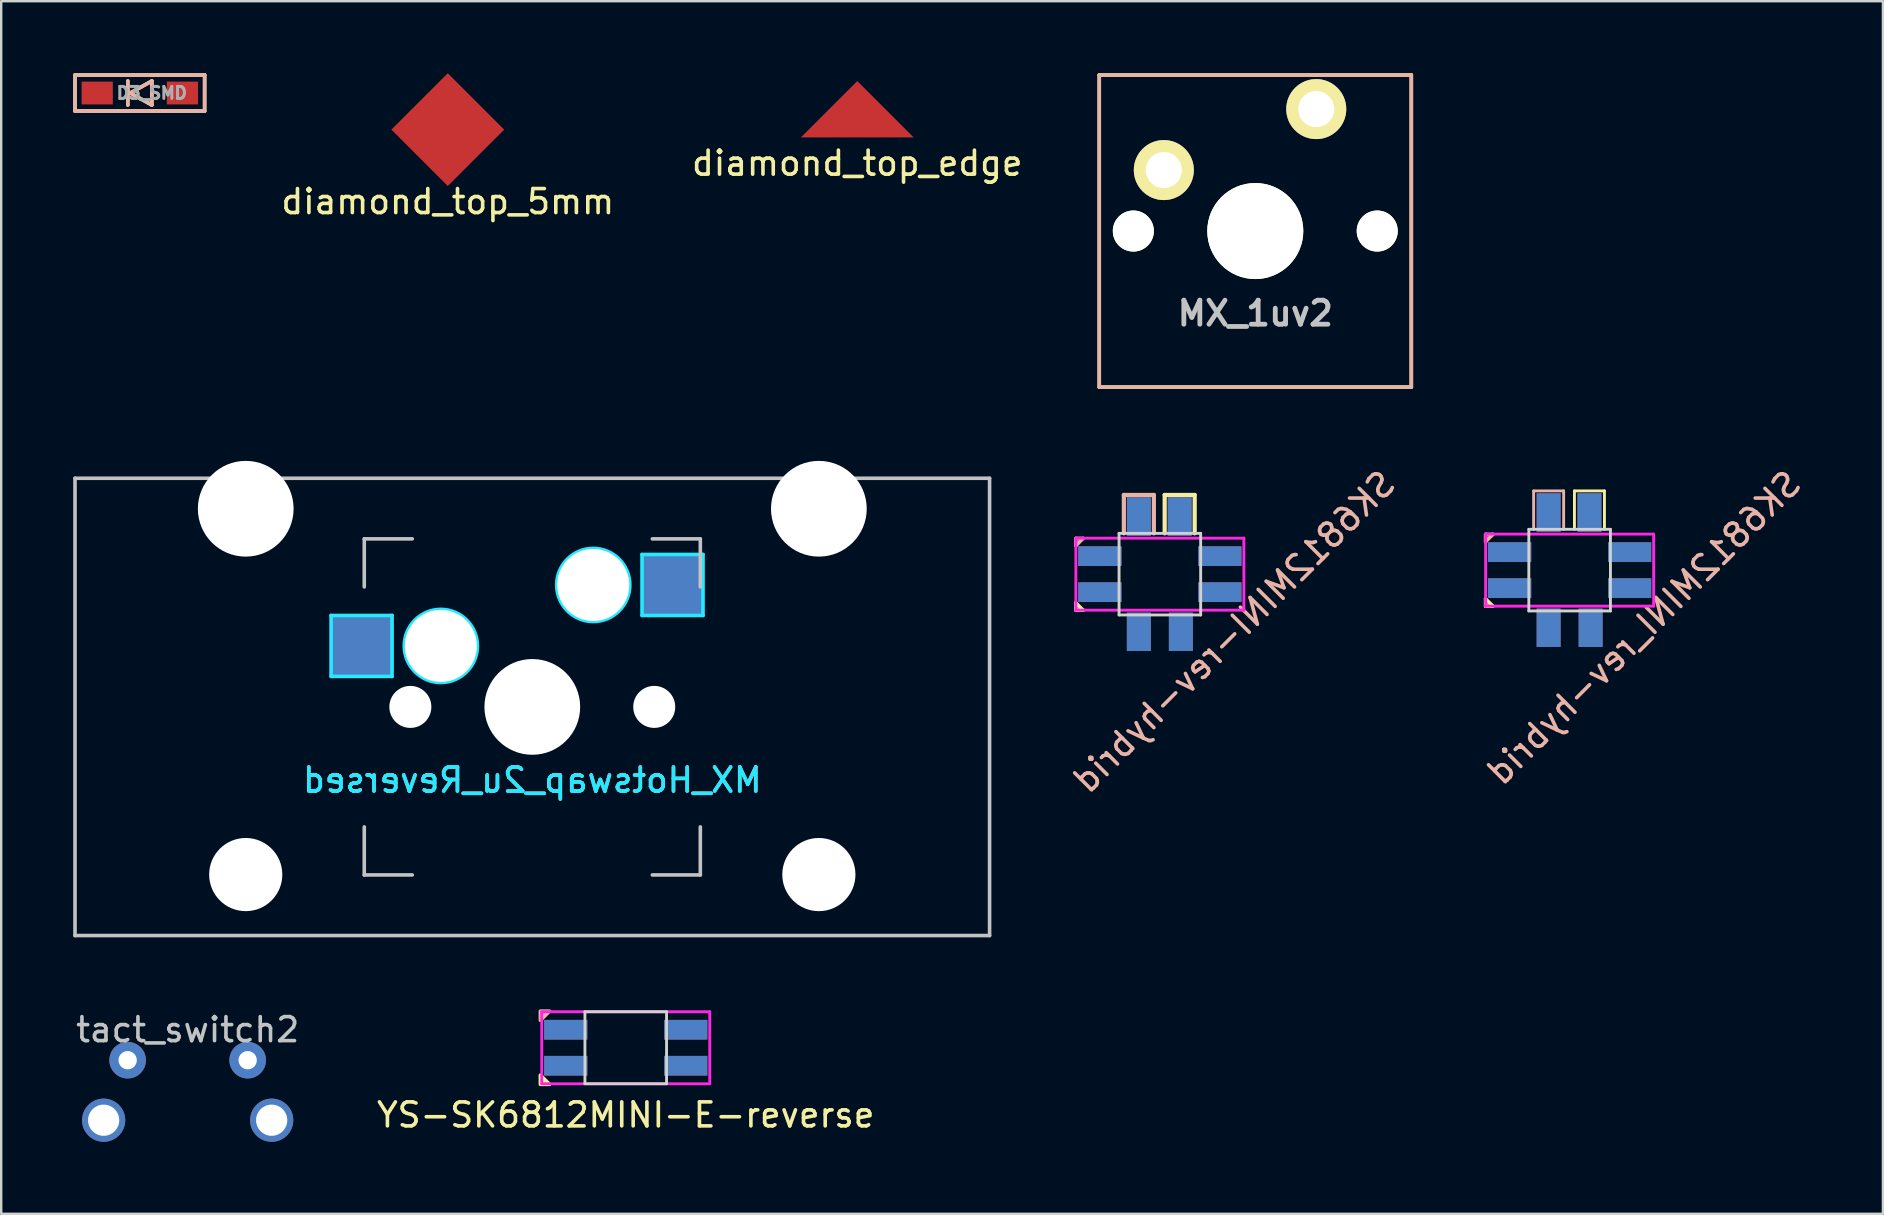
<source format=kicad_pcb>
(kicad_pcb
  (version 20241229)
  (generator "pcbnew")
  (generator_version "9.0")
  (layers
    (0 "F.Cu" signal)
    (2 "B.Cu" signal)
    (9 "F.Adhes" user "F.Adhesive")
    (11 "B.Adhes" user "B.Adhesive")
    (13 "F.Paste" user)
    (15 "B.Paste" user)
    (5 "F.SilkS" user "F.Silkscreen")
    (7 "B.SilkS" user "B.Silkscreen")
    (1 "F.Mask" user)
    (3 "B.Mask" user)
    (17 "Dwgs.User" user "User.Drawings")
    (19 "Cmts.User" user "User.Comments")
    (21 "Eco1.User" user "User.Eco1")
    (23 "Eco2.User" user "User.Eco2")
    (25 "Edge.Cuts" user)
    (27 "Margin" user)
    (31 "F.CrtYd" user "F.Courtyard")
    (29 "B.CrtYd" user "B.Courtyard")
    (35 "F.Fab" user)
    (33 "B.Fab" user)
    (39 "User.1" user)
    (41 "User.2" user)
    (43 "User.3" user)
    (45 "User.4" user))
  (footprint "SK6812MINI_rev-hybrid"
    (layer "F.Cu")
    (at 62.34 20.701)
    (property "Reference" "SK6812MINI_rev-hybrid" (at 3.1 2.4 45) (layer "B.SilkS") (effects (font (size 1 1) (thickness 0.15)) (justify mirror)))
    (attr through_hole)
    (fp_line (start -3.5 1.2) (end -3.2 1.5) (stroke (width 0.15) (type solid)) (layer "F.SilkS"))
    (fp_line (start -3.5 1.5) (end -3.5 1.2) (stroke (width 0.15) (type solid)) (layer "F.SilkS"))
    (fp_line (start -3.2 1.5) (end -3.5 1.5) (stroke (width 0.15) (type solid)) (layer "F.SilkS"))
    (fp_line (start 0.2 -3.3) (end 1.45 -3.3) (stroke (width 0.12) (type solid)) (layer "F.SilkS"))
    (fp_line (start 0.2 -1.7) (end 0.2 -3.3) (stroke (width 0.12) (type solid)) (layer "F.SilkS"))
    (fp_line (start 1.45 -3.3) (end 1.45 -1.7) (stroke (width 0.12) (type solid)) (layer "F.SilkS"))
    (fp_line (start -3.5 -1.489) (end -3.5 -1.189) (stroke (width 0.15) (type solid)) (layer "B.SilkS"))
    (fp_line (start -3.5 -1.189) (end -3.2 -1.489) (stroke (width 0.15) (type solid)) (layer "B.SilkS"))
    (fp_line (start -3.2 -1.489) (end -3.5 -1.489) (stroke (width 0.15) (type solid)) (layer "B.SilkS"))
    (fp_line (start -1.5 -3.3) (end -1.5 -1.7) (stroke (width 0.12) (type solid)) (layer "B.SilkS"))
    (fp_line (start -0.25 -3.3) (end -1.5 -3.3) (stroke (width 0.12) (type solid)) (layer "B.SilkS"))
    (fp_line (start -0.25 -1.7) (end -0.25 -3.3) (stroke (width 0.12) (type solid)) (layer "B.SilkS"))
    (fp_line (start -1.7 -1.7) (end -1.7 1.7) (stroke (width 0.12) (type solid)) (layer "Edge.Cuts"))
    (fp_line (start -1.7 1.7) (end 1.7 1.7) (stroke (width 0.12) (type solid)) (layer "Edge.Cuts"))
    (fp_line (start 1.7 -1.7) (end -1.7 -1.7) (stroke (width 0.12) (type solid)) (layer "Edge.Cuts"))
    (fp_line (start 1.7 1.7) (end 1.7 -1.7) (stroke (width 0.12) (type solid)) (layer "Edge.Cuts"))
    (fp_line (start -3.5 -1.5) (end -3.5 1.5) (stroke (width 0.12) (type solid)) (layer "F.CrtYd"))
    (fp_line (start -3.5 1.5) (end 3.5 1.5) (stroke (width 0.12) (type solid)) (layer "F.CrtYd"))
    (fp_line (start 3.5 -1.5) (end -3.5 -1.5) (stroke (width 0.12) (type solid)) (layer "F.CrtYd"))
    (fp_line (start 3.5 1.5) (end 3.5 -1.5) (stroke (width 0.12) (type solid)) (layer "F.CrtYd"))
    (pad "1" smd rect (at -0.875 -2.4) (size 1 1.6) (layers "F.Cu" "F.Mask" "F.Paste"))
    (pad "1" smd rect (at 0.825 -2.4) (size 1 1.6) (layers "B.Cu" "B.Mask" "B.Paste"))
    (pad "1" smd rect (at 2.5 -0.75) (size 1.8 0.82) (layers "B.Cu" "B.Mask" "B.Paste"))
    (pad "1" smd rect (at 2.5 0.75) (size 1.8 0.82) (layers "F.Cu" "F.Mask" "F.Paste"))
    (pad "2" smd rect (at -2.5 -0.75) (size 1.8 0.82) (layers "B.Cu" "B.Mask" "B.Paste"))
    (pad "2" smd rect (at -2.5 0.75) (size 1.8 0.82) (layers "F.Cu" "F.Mask" "F.Paste"))
    (pad "2" smd rect (at -0.875 -2.4) (size 1 1.6) (layers "B.Cu" "B.Mask" "B.Paste"))
    (pad "2" smd rect (at 0.825 -2.4) (size 1 1.6) (layers "F.Cu" "F.Mask" "F.Paste"))
    (pad "3" smd rect (at -2.5 -0.75) (size 1.8 0.82) (layers "F.Cu" "F.Mask" "F.Paste"))
    (pad "3" smd rect (at -2.5 0.75) (size 1.8 0.82) (layers "B.Cu" "B.Mask" "B.Paste"))
    (pad "3" smd rect (at -0.875 2.4) (size 1 1.6) (layers "B.Cu" "B.Mask" "B.Paste"))
    (pad "3" smd rect (at 0.875 2.4) (size 1 1.6) (layers "F.Cu" "F.Mask" "F.Paste"))
    (pad "4" smd rect (at -0.875 2.4) (size 1 1.6) (layers "F.Cu" "F.Mask" "F.Paste"))
    (pad "4" smd rect (at 0.875 2.4) (size 1 1.6) (layers "B.Cu" "B.Mask" "B.Paste"))
    (pad "4" smd rect (at 2.5 -0.75) (size 1.8 0.82) (layers "F.Cu" "F.Mask" "F.Paste"))
    (pad "4" smd rect (at 2.5 0.75) (size 1.8 0.82) (layers "B.Cu" "B.Mask" "B.Paste")))
  (footprint "diamond_top_5mm"
    (layer "F.Cu")
    (at 15.604 2.35)
    (property "Reference" "diamond_top_5mm" (at 0 3 0) (layer "F.SilkS") (effects (font (size 1 1) (thickness 0.15))))
    (attr through_hole)
    (pad "1" smd rect (at 0 0 45) (size 3.323 3.323) (layers "F.Cu")))
  (footprint "tact_switch2"
    (layer "F.Cu")
    (at 4.768 41.117)
    (property "Reference" "tact_switch2" (at 0 -1.27 0) (layer "Dwgs.User") (effects (font (size 1 1) (thickness 0.15))))
    (attr through_hole)
    (pad "" thru_hole circle (at -3.5 2.5) (size 1.8 1.8) (drill 1.3) (layers "*.Cu" "*.Mask"))
    (pad "" thru_hole circle (at 3.5 2.5) (size 1.8 1.8) (drill 1.3) (layers "*.Cu" "*.Mask"))
    (pad "1" thru_hole circle (at -2.5 0) (size 1.524 1.524) (drill 0.762) (layers "*.Cu" "*.Mask"))
    (pad "2" thru_hole circle (at 2.5 0) (size 1.524 1.524) (drill 0.762) (layers "*.Cu" "*.Mask")))
  (footprint "MX_1uv2"
    (layer "F.Cu")
    (at 49.244 6.575)
    (property "Reference" "MX_1uv2" (at 0 3.429 0) (layer "Dwgs.User") (effects (font (size 1 1) (thickness 0.2))))
    (attr through_hole)
    (fp_line (start -6.5 -6.5) (end 6.5 -6.5) (stroke (width 0.15) (type solid)) (layer "F.SilkS"))
    (fp_line (start -6.5 6.5) (end -6.5 -6.5) (stroke (width 0.15) (type solid)) (layer "F.SilkS"))
    (fp_line (start 6.5 -6.5) (end 6.5 6.5) (stroke (width 0.15) (type solid)) (layer "F.SilkS"))
    (fp_line (start 6.5 6.5) (end -6.5 6.5) (stroke (width 0.15) (type solid)) (layer "F.SilkS"))
    (fp_line (start -6.5 6.5) (end -6.5 -6.5) (stroke (width 0.15) (type solid)) (layer "B.SilkS"))
    (fp_line (start 6.5 -6.5) (end -6.5 -6.5) (stroke (width 0.15) (type solid)) (layer "B.SilkS"))
    (fp_line (start 6.5 -6.5) (end 6.5 6.5) (stroke (width 0.15) (type solid)) (layer "B.SilkS"))
    (fp_line (start 6.5 6.5) (end -6.5 6.5) (stroke (width 0.15) (type solid)) (layer "B.SilkS"))
    (pad "" np_thru_hole circle (at -5.08 0) (size 1.71 1.71) (drill 1.71) (layers "*.Cu" "*.Mask" "F.SilkS"))
    (pad "" np_thru_hole circle (at 0 0) (size 4 4) (drill 4) (layers "*.Cu" "*.Mask" "F.SilkS"))
    (pad "" np_thru_hole circle (at 5.08 0) (size 1.71 1.71) (drill 1.71) (layers "*.Cu" "*.Mask" "F.SilkS"))
    (pad "1" thru_hole circle (at -3.81 -2.54) (size 2.5 2.5) (drill 1.5) (layers "*.Cu" "*.Mask" "F.SilkS"))
    (pad "2" thru_hole circle (at 2.54 -5.08) (size 2.5 2.5) (drill 1.5) (layers "*.Cu" "*.Mask" "F.SilkS")))
  (footprint "SK6812MINI-rev-hybrid"
    (layer "F.Cu")
    (at 45.269 20.869)
    (property "Reference" "SK6812MINI-rev-hybrid" (at 3.1 2.4 45) (layer "B.SilkS") (effects (font (size 1 1) (thickness 0.15)) (justify mirror)))
    (attr through_hole)
    (fp_line (start -3.5 1.2) (end -3.2 1.5) (stroke (width 0.15) (type solid)) (layer "F.SilkS"))
    (fp_line (start -3.5 1.5) (end -3.5 1.2) (stroke (width 0.15) (type solid)) (layer "F.SilkS"))
    (fp_line (start -3.2 1.5) (end -3.5 1.5) (stroke (width 0.15) (type solid)) (layer "F.SilkS"))
    (fp_line (start 0.2 -3.3) (end 1.45 -3.3) (stroke (width 0.175) (type solid)) (layer "F.SilkS"))
    (fp_line (start 0.2 -1.7) (end 0.2 -3.3) (stroke (width 0.175) (type solid)) (layer "F.SilkS"))
    (fp_line (start 1.45 -3.3) (end 1.45 -1.7) (stroke (width 0.175) (type solid)) (layer "F.SilkS"))
    (fp_line (start -3.5 -1.489) (end -3.5 -1.189) (stroke (width 0.15) (type solid)) (layer "B.SilkS"))
    (fp_line (start -3.5 -1.189) (end -3.2 -1.489) (stroke (width 0.15) (type solid)) (layer "B.SilkS"))
    (fp_line (start -3.2 -1.489) (end -3.5 -1.489) (stroke (width 0.15) (type solid)) (layer "B.SilkS"))
    (fp_line (start -1.5 -3.3) (end -1.5 -1.7) (stroke (width 0.175) (type solid)) (layer "B.SilkS"))
    (fp_line (start -0.25 -3.3) (end -1.5 -3.3) (stroke (width 0.175) (type solid)) (layer "B.SilkS"))
    (fp_line (start -0.25 -1.7) (end -0.25 -3.3) (stroke (width 0.175) (type solid)) (layer "B.SilkS"))
    (fp_line (start -1.7 -1.7) (end -1.7 1.7) (stroke (width 0.12) (type solid)) (layer "Edge.Cuts"))
    (fp_line (start -1.7 1.7) (end 1.7 1.7) (stroke (width 0.12) (type solid)) (layer "Edge.Cuts"))
    (fp_line (start 1.7 -1.7) (end -1.7 -1.7) (stroke (width 0.12) (type solid)) (layer "Edge.Cuts"))
    (fp_line (start 1.7 1.7) (end 1.7 -1.7) (stroke (width 0.12) (type solid)) (layer "Edge.Cuts"))
    (fp_line (start -3.5 -1.5) (end -3.5 1.5) (stroke (width 0.12) (type solid)) (layer "F.CrtYd"))
    (fp_line (start -3.5 1.5) (end 3.5 1.5) (stroke (width 0.12) (type solid)) (layer "F.CrtYd"))
    (fp_line (start 3.5 -1.5) (end -3.5 -1.5) (stroke (width 0.12) (type solid)) (layer "F.CrtYd"))
    (fp_line (start 3.5 1.5) (end 3.5 -1.5) (stroke (width 0.12) (type solid)) (layer "F.CrtYd"))
    (pad "1" smd rect (at -0.875 2.4) (size 1 1.6) (layers "B.Cu" "B.Mask" "B.Paste"))
    (pad "1" smd rect (at 0.875 2.4) (size 1 1.6) (layers "F.Cu" "F.Mask" "F.Paste"))
    (pad "1" smd rect (at 2.5 -0.75) (size 1.8 0.82) (layers "B.Cu" "B.Mask" "B.Paste"))
    (pad "1" smd rect (at 2.5 0.75) (size 1.8 0.82) (layers "F.Cu" "F.Mask" "F.Paste"))
    (pad "2" smd rect (at -2.5 -0.75) (size 1.8 0.82) (layers "B.Cu" "B.Mask" "B.Paste"))
    (pad "2" smd rect (at -2.5 0.75) (size 1.8 0.82) (layers "F.Cu" "F.Mask" "F.Paste"))
    (pad "2" smd rect (at -0.875 2.4) (size 1 1.6) (layers "F.Cu" "F.Mask" "F.Paste"))
    (pad "2" smd rect (at 0.875 2.4) (size 1 1.6) (layers "B.Cu" "B.Mask" "B.Paste"))
    (pad "3" smd rect (at -2.5 -0.75) (size 1.8 0.82) (layers "F.Cu" "F.Mask" "F.Paste"))
    (pad "3" smd rect (at -2.5 0.75) (size 1.8 0.82) (layers "B.Cu" "B.Mask" "B.Paste"))
    (pad "3" smd rect (at -0.875 -2.4) (size 1 1.6) (layers "F.Cu" "F.Mask" "F.Paste"))
    (pad "3" smd rect (at 0.825 -2.4) (size 1 1.6) (layers "B.Cu" "B.Mask" "B.Paste"))
    (pad "4" smd rect (at -0.875 -2.4) (size 1 1.6) (layers "B.Cu" "B.Mask" "B.Paste"))
    (pad "4" smd rect (at 0.825 -2.4) (size 1 1.6) (layers "F.Cu" "F.Mask" "F.Paste"))
    (pad "4" smd rect (at 2.5 -0.75) (size 1.8 0.82) (layers "F.Cu" "F.Mask" "F.Paste"))
    (pad "4" smd rect (at 2.5 0.75) (size 1.8 0.82) (layers "B.Cu" "B.Mask" "B.Paste")))
  (footprint "D3_SMD"
    (layer "F.Cu")
    (at 2.775 0.825)
    (property "Reference" "D3_SMD" (at 0.5 0 0) (layer "F.Fab") (effects (font (size 0.5 0.5) (thickness 0.125))))
    (attr through_hole)
    (fp_line (start -2.7 -0.75) (end -2.7 0.75) (stroke (width 0.15) (type solid)) (layer "F.SilkS"))
    (fp_line (start -2.7 0.75) (end 2.7 0.75) (stroke (width 0.15) (type solid)) (layer "F.SilkS"))
    (fp_line (start -0.5 -0.5) (end -0.5 0.5) (stroke (width 0.15) (type solid)) (layer "F.SilkS"))
    (fp_line (start -0.4 0) (end 0.5 -0.5) (stroke (width 0.15) (type solid)) (layer "F.SilkS"))
    (fp_line (start 0.5 -0.5) (end 0.5 0.5) (stroke (width 0.15) (type solid)) (layer "F.SilkS"))
    (fp_line (start 0.5 0.5) (end -0.4 0) (stroke (width 0.15) (type solid)) (layer "F.SilkS"))
    (fp_line (start 2.7 -0.75) (end -2.7 -0.75) (stroke (width 0.15) (type solid)) (layer "F.SilkS"))
    (fp_line (start 2.7 -0.75) (end 2.7 0.75) (stroke (width 0.15) (type solid)) (layer "F.SilkS"))
    (fp_line (start -2.7 -0.75) (end -2.7 0.75) (stroke (width 0.15) (type solid)) (layer "B.SilkS"))
    (fp_line (start -2.7 0.75) (end 2.7 0.75) (stroke (width 0.15) (type solid)) (layer "B.SilkS"))
    (fp_line (start -0.5 -0.5) (end -0.5 0.5) (stroke (width 0.15) (type solid)) (layer "B.SilkS"))
    (fp_line (start -0.4 0) (end 0.5 -0.5) (stroke (width 0.15) (type solid)) (layer "B.SilkS"))
    (fp_line (start 0.5 -0.5) (end 0.5 0.5) (stroke (width 0.15) (type solid)) (layer "B.SilkS"))
    (fp_line (start 0.5 0.5) (end -0.4 0) (stroke (width 0.15) (type solid)) (layer "B.SilkS"))
    (fp_line (start 2.7 -0.75) (end -2.7 -0.75) (stroke (width 0.15) (type solid)) (layer "B.SilkS"))
    (fp_line (start 2.7 0.75) (end 2.7 -0.75) (stroke (width 0.15) (type solid)) (layer "B.SilkS"))
    (pad "1" smd rect (at -1.775 0) (size 1.3 0.95) (layers "F.Cu" "F.Mask" "F.Paste"))
    (pad "2" smd rect (at 1.775 0) (size 1.3 0.95) (layers "F.Cu" "F.Mask" "F.Paste")))
  (footprint "YS-SK6812MINI-E-reverse"
    (layer "F.Cu")
    (at 23.018 40.598)
    (property "Reference" "YS-SK6812MINI-E-reverse" (at 0 2.8 0) (layer "F.SilkS") (effects (font (size 1 1) (thickness 0.15))))
    (attr through_hole)
    (fp_poly (pts (xy -3.556 1.143) (xy -3.175 1.524) (xy -3.556 1.524)) (stroke (width 0.15) (type solid)) (fill yes) (layer "F.SilkS"))
    (fp_poly (pts (xy -3.556 -1.143) (xy -3.175 -1.524) (xy -3.556 -1.524)) (stroke (width 0.15) (type solid)) (fill yes) (layer "B.SilkS"))
    (fp_line (start -1.7 -1.5) (end -1.7 1.5) (stroke (width 0.12) (type solid)) (layer "Edge.Cuts"))
    (fp_line (start -1.7 1.5) (end 1.7 1.5) (stroke (width 0.12) (type solid)) (layer "Edge.Cuts"))
    (fp_line (start 1.7 -1.5) (end -1.7 -1.5) (stroke (width 0.12) (type solid)) (layer "Edge.Cuts"))
    (fp_line (start 1.7 1.5) (end 1.7 -1.5) (stroke (width 0.12) (type solid)) (layer "Edge.Cuts"))
    (fp_line (start -3.5 -1.5) (end -3.5 1.5) (stroke (width 0.12) (type solid)) (layer "F.CrtYd"))
    (fp_line (start -3.5 1.5) (end 3.5 1.5) (stroke (width 0.12) (type solid)) (layer "F.CrtYd"))
    (fp_line (start 3.5 -1.5) (end -3.5 -1.5) (stroke (width 0.12) (type solid)) (layer "F.CrtYd"))
    (fp_line (start 3.5 1.5) (end 3.5 -1.5) (stroke (width 0.12) (type solid)) (layer "F.CrtYd"))
    (pad "1" smd rect (at 2.5 -0.75) (size 1.8 0.82) (layers "F.Cu" "F.Mask" "F.Paste"))
    (pad "1" smd rect (at 2.5 0.75) (size 1.8 0.82) (layers "B.Cu" "B.Mask" "B.Paste"))
    (pad "2" smd rect (at 2.5 -0.75) (size 1.8 0.82) (layers "B.Cu" "B.Mask" "B.Paste"))
    (pad "2" smd rect (at 2.5 0.75) (size 1.8 0.82) (layers "F.Cu" "F.Mask" "F.Paste"))
    (pad "3" smd rect (at -2.5 -0.75) (size 1.8 0.82) (layers "B.Cu" "B.Mask" "B.Paste"))
    (pad "3" smd rect (at -2.5 0.75) (size 1.8 0.82) (layers "F.Cu" "F.Mask" "F.Paste"))
    (pad "4" smd rect (at -2.5 -0.75) (size 1.8 0.82) (layers "F.Cu" "F.Mask" "F.Paste"))
    (pad "4" smd rect (at -2.5 0.75) (size 1.8 0.82) (layers "B.Cu" "B.Mask" "B.Paste")))
  (footprint "diamond_top_edge"
    (layer "F.Cu")
    (at 32.663 0.25)
    (property "Reference" "diamond_top_edge" (at 0 3.5 180) (layer "F.SilkS") (effects (font (size 1 1) (thickness 0.15))))
    (attr through_hole)
    (pad "1" smd trapezoid (at 0 1.25) (size 2.35 2.35) (rect_delta 0 2.35) (layers "F.Cu")))
  (footprint "MX_Hotswap_2u_Reversed"
    (layer "F.Cu")
    (at 19.125 26.399)
    (property "Reference" "MX_Hotswap_2u_Reversed" (at 0 3.048 0) (layer "B.CrtYd") (effects (font (size 1 1) (thickness 0.15)) (justify mirror)))
    (attr smd)
    (fp_line (start -19.05 -9.525) (end 19.05 -9.525) (stroke (width 0.15) (type solid)) (layer "Dwgs.User"))
    (fp_line (start -19.05 9.525) (end -19.05 -9.525) (stroke (width 0.15) (type solid)) (layer "Dwgs.User"))
    (fp_line (start -7 -7) (end -7 -5) (stroke (width 0.15) (type solid)) (layer "Dwgs.User"))
    (fp_line (start -7 5) (end -7 7) (stroke (width 0.15) (type solid)) (layer "Dwgs.User"))
    (fp_line (start -7 7) (end -5 7) (stroke (width 0.15) (type solid)) (layer "Dwgs.User"))
    (fp_line (start -5 -7) (end -7 -7) (stroke (width 0.15) (type solid)) (layer "Dwgs.User"))
    (fp_line (start 5 -7) (end 7 -7) (stroke (width 0.15) (type solid)) (layer "Dwgs.User"))
    (fp_line (start 5 7) (end 7 7) (stroke (width 0.15) (type solid)) (layer "Dwgs.User"))
    (fp_line (start 7 -7) (end 7 -5) (stroke (width 0.15) (type solid)) (layer "Dwgs.User"))
    (fp_line (start 7 7) (end 7 5) (stroke (width 0.15) (type solid)) (layer "Dwgs.User"))
    (fp_line (start 19.05 -9.525) (end 19.05 9.525) (stroke (width 0.15) (type solid)) (layer "Dwgs.User"))
    (fp_line (start 19.05 9.525) (end -19.05 9.525) (stroke (width 0.15) (type solid)) (layer "Dwgs.User"))
    (fp_line (start -8.382 -3.81) (end -5.842 -3.81) (stroke (width 0.15) (type solid)) (layer "B.CrtYd"))
    (fp_line (start -8.382 -1.27) (end -8.382 -3.81) (stroke (width 0.15) (type solid)) (layer "B.CrtYd"))
    (fp_line (start -5.842 -3.81) (end -5.842 -1.27) (stroke (width 0.15) (type solid)) (layer "B.CrtYd"))
    (fp_line (start -5.842 -1.27) (end -8.382 -1.27) (stroke (width 0.15) (type solid)) (layer "B.CrtYd"))
    (fp_line (start 4.572 -6.35) (end 7.112 -6.35) (stroke (width 0.15) (type solid)) (layer "B.CrtYd"))
    (fp_line (start 4.572 -3.81) (end 4.572 -6.35) (stroke (width 0.15) (type solid)) (layer "B.CrtYd"))
    (fp_line (start 7.112 -6.35) (end 7.112 -3.81) (stroke (width 0.15) (type solid)) (layer "B.CrtYd"))
    (fp_line (start 7.112 -3.81) (end 4.572 -3.81) (stroke (width 0.15) (type solid)) (layer "B.CrtYd"))
    (fp_circle (center -3.81 -2.54) (end -3.81 -4.064) (stroke (width 0.15) (type solid)) (fill no) (layer "B.CrtYd"))
    (fp_circle (center 2.54 -5.08) (end 2.54 -6.604) (stroke (width 0.15) (type solid)) (fill no) (layer "B.CrtYd"))
    (fp_text user "${REFERENCE}" (at 0 3.048 0) (layer "B.SilkS") (effects (font (size 1 1) (thickness 0.15)) (justify mirror)))
    (pad "" np_thru_hole circle (at -11.938 -8.255) (size 3.988 3.988) (drill 3.988) (layers "*.Cu" "*.Mask"))
    (pad "" np_thru_hole circle (at -11.938 6.985) (size 3.048 3.048) (drill 3.048) (layers "*.Cu" "*.Mask"))
    (pad "" np_thru_hole circle (at -5.08 0 48.1) (size 1.75 1.75) (drill 1.75) (layers "*.Cu" "*.Mask"))
    (pad "" np_thru_hole circle (at -3.81 -2.54) (size 3 3) (drill 3) (layers "*.Cu" "*.Mask"))
    (pad "" np_thru_hole circle (at 0 0) (size 3.988 3.988) (drill 3.988) (layers "*.Cu" "*.Mask"))
    (pad "" np_thru_hole circle (at 2.54 -5.08) (size 3 3) (drill 3) (layers "*.Cu" "*.Mask"))
    (pad "" np_thru_hole circle (at 5.08 0 48.1) (size 1.75 1.75) (drill 1.75) (layers "*.Cu" "*.Mask"))
    (pad "" np_thru_hole circle (at 11.938 -8.255) (size 3.988 3.988) (drill 3.988) (layers "*.Cu" "*.Mask"))
    (pad "" np_thru_hole circle (at 11.938 6.985) (size 3.048 3.048) (drill 3.048) (layers "*.Cu" "*.Mask"))
    (pad "1" smd rect (at -7.085 -2.54) (size 2.55 2.5) (layers "B.Cu" "B.Mask" "B.Paste"))
    (pad "2" smd rect (at 5.842 -5.08) (size 2.55 2.5) (layers "B.Cu" "B.Mask" "B.Paste")))
  (gr_rect
    (start -3 -3)
    (end 75.391 47.517)
    (stroke (width 0.1) (type default))
    (fill no)
    (layer "Edge.Cuts")))
</source>
